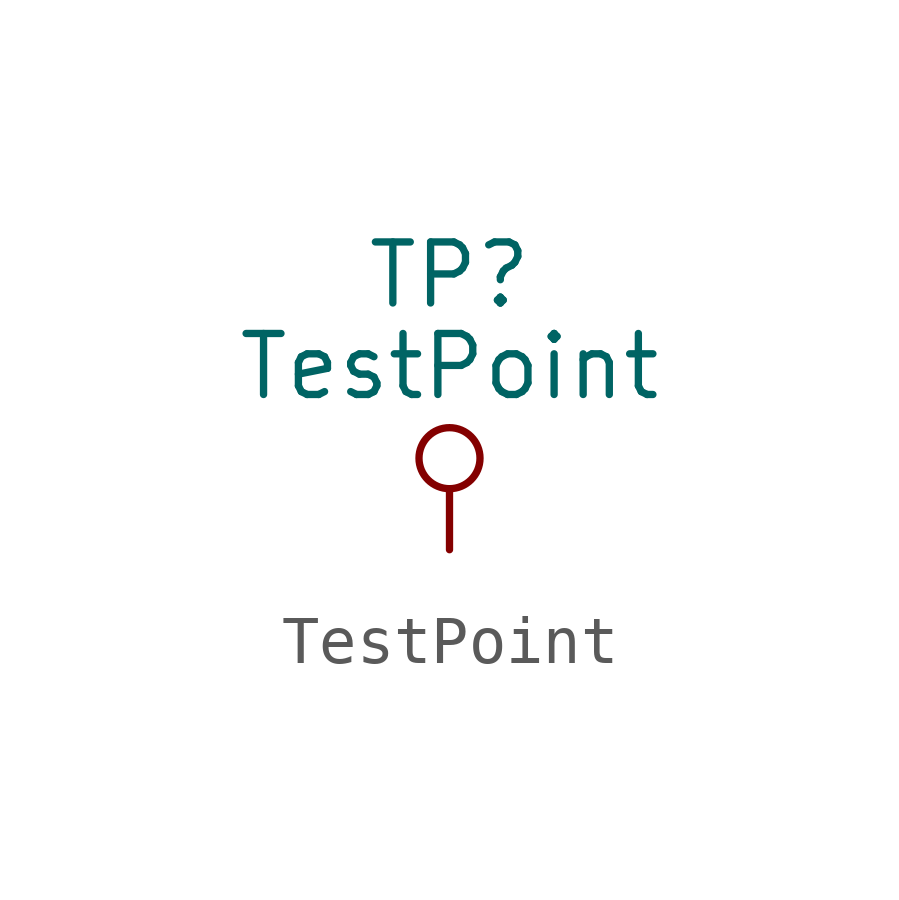
<source format=kicad_sym>
(kicad_symbol_lib
  (version 20231120)
  (generator "kicad_symbol_editor")
  (generator_version "8.0")
  (symbol "TestPoint"
    (pin_numbers hide)
    (pin_names
      (offset 0.762) hide)
    (property "Reference" "TP"
      (at 0 5.715 0)
      (effects (font (size 1.27 1.27))))
    (property "Value" "TestPoint"
      (at 0 3.81 0)
      (effects (font (size 1.27 1.27))))
    (symbol "TestPoint_1_1"
      (circle (center 0 1.905) (radius 0.635) (stroke (width 0) (type default)) (fill (type none)))
      (pin passive line (at 0 0 90) (length 1.27) (name "1" (effects (font (size 1.27 1.27)))) (number "1" (effects (font (size 1.27 1.27))))))))
</source>
